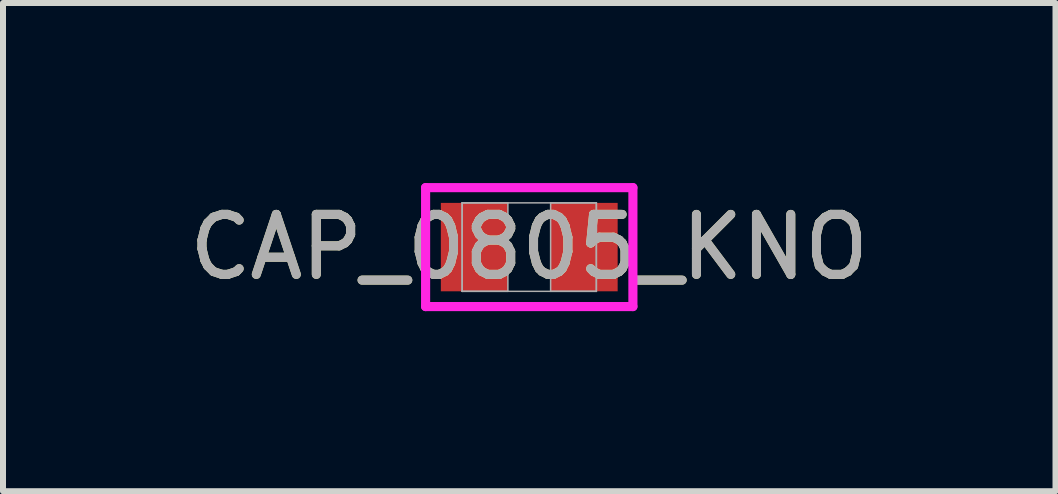
<source format=kicad_pcb>
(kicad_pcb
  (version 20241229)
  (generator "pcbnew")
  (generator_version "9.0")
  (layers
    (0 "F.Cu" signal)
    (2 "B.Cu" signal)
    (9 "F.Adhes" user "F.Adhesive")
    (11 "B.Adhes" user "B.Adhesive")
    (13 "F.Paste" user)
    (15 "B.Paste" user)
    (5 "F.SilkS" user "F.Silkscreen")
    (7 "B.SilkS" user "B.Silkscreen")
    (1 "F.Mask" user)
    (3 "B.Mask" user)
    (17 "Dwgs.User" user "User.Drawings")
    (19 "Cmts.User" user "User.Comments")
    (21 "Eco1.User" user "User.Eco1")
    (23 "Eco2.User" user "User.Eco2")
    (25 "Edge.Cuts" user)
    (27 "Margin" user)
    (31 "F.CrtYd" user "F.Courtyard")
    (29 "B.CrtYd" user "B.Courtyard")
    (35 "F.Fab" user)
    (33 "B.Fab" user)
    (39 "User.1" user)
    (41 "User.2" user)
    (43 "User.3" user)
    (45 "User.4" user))
  (footprint "CAP_0805_KNO"
    (layer "F.Cu")
    (at 5.768 1.067)
    (property "Reference" "CAP_0805_KNO" (at 0 0 0) (unlocked yes) (layer "F.SilkS") (effects (font (size 1 1) (thickness 0.15))))
    (attr smd)
    (fp_line (start -1.727 -0.991) (end 1.727 -0.991) (stroke (width 0.152) (type solid)) (layer "F.CrtYd"))
    (fp_line (start -1.727 0.991) (end -1.727 -0.991) (stroke (width 0.152) (type solid)) (layer "F.CrtYd"))
    (fp_line (start 1.727 -0.991) (end 1.727 0.991) (stroke (width 0.152) (type solid)) (layer "F.CrtYd"))
    (fp_line (start 1.727 0.991) (end -1.727 0.991) (stroke (width 0.152) (type solid)) (layer "F.CrtYd"))
    (fp_line (start -1.118 -0.737) (end -1.118 0.737) (stroke (width 0.025) (type solid)) (layer "F.Fab"))
    (fp_line (start -1.118 -0.737) (end -1.118 0.737) (stroke (width 0.025) (type solid)) (layer "F.Fab"))
    (fp_line (start -1.118 0.737) (end -0.356 0.737) (stroke (width 0.025) (type solid)) (layer "F.Fab"))
    (fp_line (start -1.118 0.737) (end 1.118 0.737) (stroke (width 0.025) (type solid)) (layer "F.Fab"))
    (fp_line (start -0.356 -0.737) (end -1.118 -0.737) (stroke (width 0.025) (type solid)) (layer "F.Fab"))
    (fp_line (start -0.356 0.737) (end -0.356 -0.737) (stroke (width 0.025) (type solid)) (layer "F.Fab"))
    (fp_line (start 0.356 -0.737) (end 0.356 0.737) (stroke (width 0.025) (type solid)) (layer "F.Fab"))
    (fp_line (start 0.356 0.737) (end 1.118 0.737) (stroke (width 0.025) (type solid)) (layer "F.Fab"))
    (fp_line (start 1.118 -0.737) (end -1.118 -0.737) (stroke (width 0.025) (type solid)) (layer "F.Fab"))
    (fp_line (start 1.118 -0.737) (end 0.356 -0.737) (stroke (width 0.025) (type solid)) (layer "F.Fab"))
    (fp_line (start 1.118 0.737) (end 1.118 -0.737) (stroke (width 0.025) (type solid)) (layer "F.Fab"))
    (fp_line (start 1.118 0.737) (end 1.118 -0.737) (stroke (width 0.025) (type solid)) (layer "F.Fab"))
    (fp_circle (center -0.787 0) (end -0.787 0) (stroke (width 0.025) (type solid)) (fill no) (layer "F.Fab"))
    (fp_text user "${REFERENCE}" (at 0 0 0) (unlocked yes) (layer "F.Fab") (effects (font (size 1 1) (thickness 0.15))))
    (pad "1" smd rect (at -0.914 0) (size 1.118 1.473) (layers "F.Cu" "F.Mask" "F.Paste"))
    (pad "2" smd rect (at 0.914 0) (size 1.118 1.473) (layers "F.Cu" "F.Mask" "F.Paste"))
    (zone (net_name "") (layer "F.Cu") (hatch full 0.508) (connect_pads) (min_thickness 0.254) (filled_areas_thickness no) (keepout (tracks not_allowed) (vias not_allowed) (pads allowed) (copperpour not_allowed) (footprints allowed)) (placement (enabled no)) (fill) (polygon (pts (xy 5.463 0.381) (xy 6.073 0.381) (xy 6.073 1.753) (xy 5.463 1.753)))))
  (gr_rect
    (start -3 -3)
    (end 14.536 5.134)
    (stroke (width 0.1) (type default))
    (fill no)
    (layer "Edge.Cuts")))
</source>
